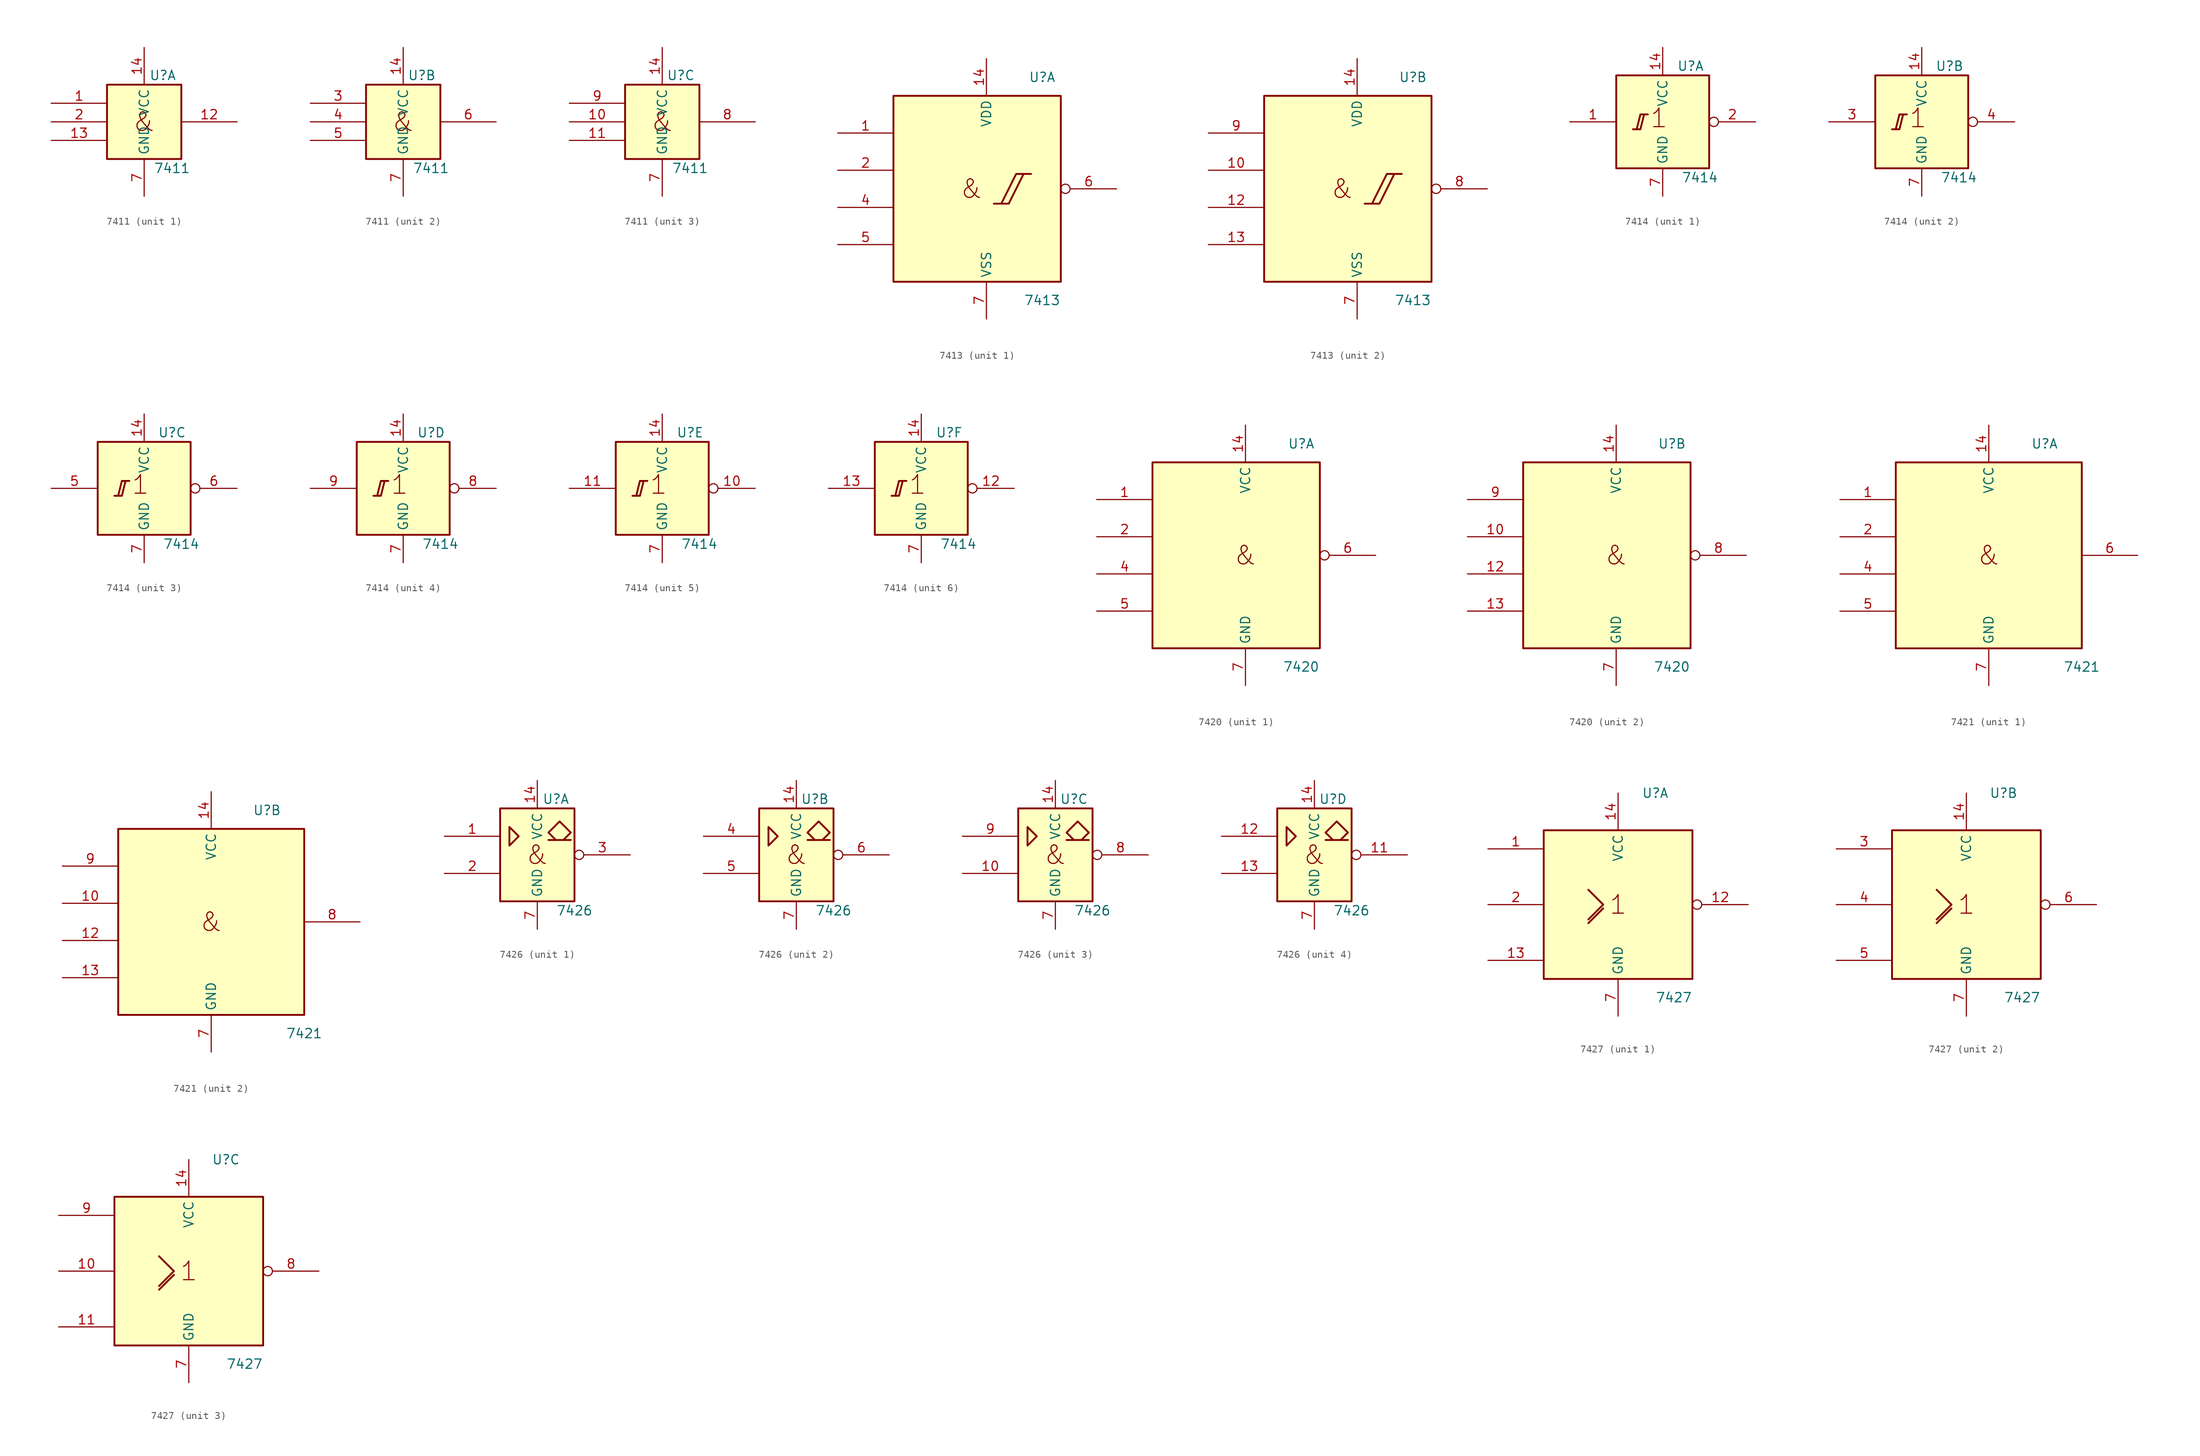
<source format=kicad_sym>
(kicad_symbol_lib
  (version 20241209)
  (generator "kicad_symbol_editor")
  (generator_version "9.0")
  (symbol "7411"
    (property "Reference" "U"
      (at 2.54 6.35 0)
      (effects (font (size 1.27 1.27))))
    (property "Value" "7411"
      (at 3.81 -6.35 0)
      (effects (font (size 1.27 1.27))))
    (symbol "7411_0_0"
      (text "&" (at 0 0 0) (effects (font (size 2.54 2.54)))))
    (symbol "7411_0_1"
      (rectangle (start -5.08 5.08) (end 5.08 -5.08) (stroke (width 0.254) (type default)) (fill (type background)))
      (pin power_in line (at 0 10.16 270) (length 5.08) (name "VCC" (effects (font (size 1.27 1.27)))) (number "14" (effects (font (size 1.27 1.27)))))
      (pin power_in line (at 0 -10.16 90) (length 5.08) (name "GND" (effects (font (size 1.27 1.27)))) (number "7" (effects (font (size 1.27 1.27))))))
    (symbol "7411_1_1"
      (pin input line (at -12.7 2.54 0) (length 7.62) (name "~" (effects (font (size 1.27 1.27)))) (number "1" (effects (font (size 1.27 1.27)))))
      (pin input line (at -12.7 0 0) (length 7.62) (name "~" (effects (font (size 1.27 1.27)))) (number "2" (effects (font (size 1.27 1.27)))))
      (pin input line (at -12.7 -2.54 0) (length 7.62) (name "~" (effects (font (size 1.27 1.27)))) (number "13" (effects (font (size 1.27 1.27)))))
      (pin output line (at 12.7 0 180) (length 7.62) (name "~" (effects (font (size 1.27 1.27)))) (number "12" (effects (font (size 1.27 1.27))))))
    (symbol "7411_2_1"
      (pin input line (at -12.7 2.54 0) (length 7.62) (name "~" (effects (font (size 1.27 1.27)))) (number "3" (effects (font (size 1.27 1.27)))))
      (pin input line (at -12.7 0 0) (length 7.62) (name "~" (effects (font (size 1.27 1.27)))) (number "4" (effects (font (size 1.27 1.27)))))
      (pin input line (at -12.7 -2.54 0) (length 7.62) (name "~" (effects (font (size 1.27 1.27)))) (number "5" (effects (font (size 1.27 1.27)))))
      (pin output line (at 12.7 0 180) (length 7.62) (name "~" (effects (font (size 1.27 1.27)))) (number "6" (effects (font (size 1.27 1.27))))))
    (symbol "7411_3_1"
      (pin input line (at -12.7 2.54 0) (length 7.62) (name "~" (effects (font (size 1.27 1.27)))) (number "9" (effects (font (size 1.27 1.27)))))
      (pin input line (at -12.7 0 0) (length 7.62) (name "~" (effects (font (size 1.27 1.27)))) (number "10" (effects (font (size 1.27 1.27)))))
      (pin input line (at -12.7 -2.54 0) (length 7.62) (name "~" (effects (font (size 1.27 1.27)))) (number "11" (effects (font (size 1.27 1.27)))))
      (pin output line (at 12.7 0 180) (length 7.62) (name "~" (effects (font (size 1.27 1.27)))) (number "8" (effects (font (size 1.27 1.27)))))))
  (symbol "7413"
    (property "Reference" "U"
      (at 7.62 15.24 0)
      (effects (font (size 1.27 1.27))))
    (property "Value" "7413"
      (at 7.62 -15.24 0)
      (effects (font (size 1.27 1.27))))
    (symbol "7413_0_0"
      (polyline (pts (xy 1.016 -2.032) (xy 3.048 -2.032) (xy 5.08 2.032) (xy 6.096 2.032) (xy 4.064 2.032) (xy 2.032 -2.032) (xy 2.032 -2.032)) (stroke (width 0.254) (type default)) (fill (type background)))
      (text "&" (at -2.032 0 0) (effects (font (size 2.54 2.54)))))
    (symbol "7413_0_1"
      (rectangle (start -12.7 12.7) (end 10.16 -12.7) (stroke (width 0.254) (type default)) (fill (type background)))
      (pin power_in line (at 0 17.78 270) (length 5.08) (name "VDD" (effects (font (size 1.27 1.27)))) (number "14" (effects (font (size 1.27 1.27)))))
      (pin power_in line (at 0 -17.78 90) (length 5.08) (name "VSS" (effects (font (size 1.27 1.27)))) (number "7" (effects (font (size 1.27 1.27))))))
    (symbol "7413_1_1"
      (pin input line (at -20.32 7.62 0) (length 7.62) (name "~" (effects (font (size 1.27 1.27)))) (number "1" (effects (font (size 1.27 1.27)))))
      (pin input line (at -20.32 2.54 0) (length 7.62) (name "~" (effects (font (size 1.27 1.27)))) (number "2" (effects (font (size 1.27 1.27)))))
      (pin input line (at -20.32 -2.54 0) (length 7.62) (name "~" (effects (font (size 1.27 1.27)))) (number "4" (effects (font (size 1.27 1.27)))))
      (pin input line (at -20.32 -7.62 0) (length 7.62) (name "~" (effects (font (size 1.27 1.27)))) (number "5" (effects (font (size 1.27 1.27)))))
      (pin output inverted (at 17.78 0 180) (length 7.62) (name "~" (effects (font (size 1.27 1.27)))) (number "6" (effects (font (size 1.27 1.27))))))
    (symbol "7413_2_1"
      (pin input line (at -20.32 7.62 0) (length 7.62) (name "~" (effects (font (size 1.27 1.27)))) (number "9" (effects (font (size 1.27 1.27)))))
      (pin input line (at -20.32 2.54 0) (length 7.62) (name "~" (effects (font (size 1.27 1.27)))) (number "10" (effects (font (size 1.27 1.27)))))
      (pin input line (at -20.32 -2.54 0) (length 7.62) (name "~" (effects (font (size 1.27 1.27)))) (number "12" (effects (font (size 1.27 1.27)))))
      (pin input line (at -20.32 -7.62 0) (length 7.62) (name "~" (effects (font (size 1.27 1.27)))) (number "13" (effects (font (size 1.27 1.27)))))
      (pin output inverted (at 17.78 0 180) (length 7.62) (name "~" (effects (font (size 1.27 1.27)))) (number "8" (effects (font (size 1.27 1.27)))))))
  (symbol "7414"
    (property "Reference" "U"
      (at 3.81 7.62 0)
      (effects (font (size 1.27 1.27))))
    (property "Value" "7414"
      (at 5.08 -7.62 0)
      (effects (font (size 1.27 1.27))))
    (symbol "7414_0_0"
      (polyline (pts (xy -4.064 -1.016) (xy -3.048 -1.016) (xy -2.54 1.016) (xy -2.032 1.016) (xy -3.048 1.016) (xy -3.556 -1.016) (xy -3.556 -1.016)) (stroke (width 0.254) (type default)) (fill (type background)))
      (text "1" (at -0.508 0.508 0) (effects (font (size 2.54 2.54)))))
    (symbol "7414_0_1"
      (rectangle (start -6.35 6.35) (end 6.35 -6.35) (stroke (width 0.254) (type default)) (fill (type background)))
      (pin power_in line (at 0 10.16 270) (length 3.81) (name "VCC" (effects (font (size 1.27 1.27)))) (number "14" (effects (font (size 1.27 1.27)))))
      (pin power_in line (at 0 -10.16 90) (length 3.81) (name "GND" (effects (font (size 1.27 1.27)))) (number "7" (effects (font (size 1.27 1.27))))))
    (symbol "7414_1_1"
      (pin input line (at -12.7 0 0) (length 6.35) (name "~" (effects (font (size 1.27 1.27)))) (number "1" (effects (font (size 1.27 1.27)))))
      (pin output inverted (at 12.7 0 180) (length 6.35) (name "~" (effects (font (size 1.27 1.27)))) (number "2" (effects (font (size 1.27 1.27))))))
    (symbol "7414_2_1"
      (pin input line (at -12.7 0 0) (length 6.35) (name "~" (effects (font (size 1.27 1.27)))) (number "3" (effects (font (size 1.27 1.27)))))
      (pin output inverted (at 12.7 0 180) (length 6.35) (name "~" (effects (font (size 1.27 1.27)))) (number "4" (effects (font (size 1.27 1.27))))))
    (symbol "7414_3_1"
      (pin input line (at -12.7 0 0) (length 6.35) (name "~" (effects (font (size 1.27 1.27)))) (number "5" (effects (font (size 1.27 1.27)))))
      (pin output inverted (at 12.7 0 180) (length 6.35) (name "~" (effects (font (size 1.27 1.27)))) (number "6" (effects (font (size 1.27 1.27))))))
    (symbol "7414_4_1"
      (pin input line (at -12.7 0 0) (length 6.35) (name "~" (effects (font (size 1.27 1.27)))) (number "9" (effects (font (size 1.27 1.27)))))
      (pin output inverted (at 12.7 0 180) (length 6.35) (name "~" (effects (font (size 1.27 1.27)))) (number "8" (effects (font (size 1.27 1.27))))))
    (symbol "7414_5_1"
      (pin input line (at -12.7 0 0) (length 6.35) (name "~" (effects (font (size 1.27 1.27)))) (number "11" (effects (font (size 1.27 1.27)))))
      (pin output inverted (at 12.7 0 180) (length 6.35) (name "~" (effects (font (size 1.27 1.27)))) (number "10" (effects (font (size 1.27 1.27))))))
    (symbol "7414_6_1"
      (pin input line (at -12.7 0 0) (length 6.35) (name "~" (effects (font (size 1.27 1.27)))) (number "13" (effects (font (size 1.27 1.27)))))
      (pin output inverted (at 12.7 0 180) (length 6.35) (name "~" (effects (font (size 1.27 1.27)))) (number "12" (effects (font (size 1.27 1.27)))))))
  (symbol "7420"
    (property "Reference" "U"
      (at 7.62 15.24 0)
      (effects (font (size 1.27 1.27))))
    (property "Value" "7420"
      (at 7.62 -15.24 0)
      (effects (font (size 1.27 1.27))))
    (symbol "7420_0_0"
      (text "&" (at 0 0 0) (effects (font (size 2.54 2.54)))))
    (symbol "7420_0_1"
      (rectangle (start -12.7 12.7) (end 10.16 -12.7) (stroke (width 0.254) (type default)) (fill (type background)))
      (pin power_in line (at 0 17.78 270) (length 5.08) (name "VCC" (effects (font (size 1.27 1.27)))) (number "14" (effects (font (size 1.27 1.27)))))
      (pin power_in line (at 0 -17.78 90) (length 5.08) (name "GND" (effects (font (size 1.27 1.27)))) (number "7" (effects (font (size 1.27 1.27))))))
    (symbol "7420_1_1"
      (pin input line (at -20.32 7.62 0) (length 7.62) (name "~" (effects (font (size 1.27 1.27)))) (number "1" (effects (font (size 1.27 1.27)))))
      (pin input line (at -20.32 2.54 0) (length 7.62) (name "~" (effects (font (size 1.27 1.27)))) (number "2" (effects (font (size 1.27 1.27)))))
      (pin input line (at -20.32 -2.54 0) (length 7.62) (name "~" (effects (font (size 1.27 1.27)))) (number "4" (effects (font (size 1.27 1.27)))))
      (pin input line (at -20.32 -7.62 0) (length 7.62) (name "~" (effects (font (size 1.27 1.27)))) (number "5" (effects (font (size 1.27 1.27)))))
      (pin output inverted (at 17.78 0 180) (length 7.62) (name "~" (effects (font (size 1.27 1.27)))) (number "6" (effects (font (size 1.27 1.27))))))
    (symbol "7420_2_1"
      (pin input line (at -20.32 7.62 0) (length 7.62) (name "~" (effects (font (size 1.27 1.27)))) (number "9" (effects (font (size 1.27 1.27)))))
      (pin input line (at -20.32 2.54 0) (length 7.62) (name "~" (effects (font (size 1.27 1.27)))) (number "10" (effects (font (size 1.27 1.27)))))
      (pin input line (at -20.32 -2.54 0) (length 7.62) (name "~" (effects (font (size 1.27 1.27)))) (number "12" (effects (font (size 1.27 1.27)))))
      (pin input line (at -20.32 -7.62 0) (length 7.62) (name "~" (effects (font (size 1.27 1.27)))) (number "13" (effects (font (size 1.27 1.27)))))
      (pin output inverted (at 17.78 0 180) (length 7.62) (name "~" (effects (font (size 1.27 1.27)))) (number "8" (effects (font (size 1.27 1.27)))))))
  (symbol "7421"
    (property "Reference" "U"
      (at 7.62 15.24 0)
      (effects (font (size 1.27 1.27))))
    (property "Value" "7421"
      (at 12.7 -15.24 0)
      (effects (font (size 1.27 1.27))))
    (symbol "7421_0_0"
      (text "&" (at 0 0 0) (effects (font (size 2.54 2.54)))))
    (symbol "7421_0_1"
      (rectangle (start -12.7 12.7) (end 12.7 -12.7) (stroke (width 0.254) (type default)) (fill (type background)))
      (pin power_in line (at 0 17.78 270) (length 5.08) (name "VCC" (effects (font (size 1.27 1.27)))) (number "14" (effects (font (size 1.27 1.27)))))
      (pin power_in line (at 0 -17.78 90) (length 5.08) (name "GND" (effects (font (size 1.27 1.27)))) (number "7" (effects (font (size 1.27 1.27))))))
    (symbol "7421_1_1"
      (pin input line (at -20.32 7.62 0) (length 7.62) (name "~" (effects (font (size 1.27 1.27)))) (number "1" (effects (font (size 1.27 1.27)))))
      (pin input line (at -20.32 2.54 0) (length 7.62) (name "~" (effects (font (size 1.27 1.27)))) (number "2" (effects (font (size 1.27 1.27)))))
      (pin input line (at -20.32 -2.54 0) (length 7.62) (name "~" (effects (font (size 1.27 1.27)))) (number "4" (effects (font (size 1.27 1.27)))))
      (pin input line (at -20.32 -7.62 0) (length 7.62) (name "~" (effects (font (size 1.27 1.27)))) (number "5" (effects (font (size 1.27 1.27)))))
      (pin output line (at 20.32 0 180) (length 7.62) (name "~" (effects (font (size 1.27 1.27)))) (number "6" (effects (font (size 1.27 1.27))))))
    (symbol "7421_2_1"
      (pin input line (at -20.32 7.62 0) (length 7.62) (name "~" (effects (font (size 1.27 1.27)))) (number "9" (effects (font (size 1.27 1.27)))))
      (pin input line (at -20.32 2.54 0) (length 7.62) (name "~" (effects (font (size 1.27 1.27)))) (number "10" (effects (font (size 1.27 1.27)))))
      (pin input line (at -20.32 -2.54 0) (length 7.62) (name "~" (effects (font (size 1.27 1.27)))) (number "12" (effects (font (size 1.27 1.27)))))
      (pin input line (at -20.32 -7.62 0) (length 7.62) (name "~" (effects (font (size 1.27 1.27)))) (number "13" (effects (font (size 1.27 1.27)))))
      (pin output line (at 20.32 0 180) (length 7.62) (name "~" (effects (font (size 1.27 1.27)))) (number "8" (effects (font (size 1.27 1.27)))))))
  (symbol "7426"
    (property "Reference" "U"
      (at 2.54 7.62 0)
      (effects (font (size 1.27 1.27))))
    (property "Value" "7426"
      (at 5.08 -7.62 0)
      (effects (font (size 1.27 1.27))))
    (symbol "7426_0_0"
      (polyline (pts (xy -3.81 3.81) (xy -3.81 1.27) (xy -2.54 2.54) (xy -3.81 3.81) (xy -3.81 3.81)) (stroke (width 0.254) (type default)) (fill (type background)))
      (polyline (pts (xy 2.54 2.032) (xy 1.524 3.048) (xy 3.048 4.572) (xy 4.572 3.048) (xy 3.556 2.032) (xy 4.572 2.032) (xy 1.524 2.032) (xy 1.524 2.032)) (stroke (width 0.254) (type default)) (fill (type background)))
      (text "&" (at 0 0 0) (effects (font (size 2.54 2.54))))
      (pin power_in line (at 0 10.16 270) (length 3.81) (name "VCC" (effects (font (size 1.27 1.27)))) (number "14" (effects (font (size 1.27 1.27))))))
    (symbol "7426_0_1"
      (rectangle (start -5.08 6.35) (end 5.08 -6.35) (stroke (width 0.254) (type default)) (fill (type background)))
      (pin power_in line (at 0 -10.16 90) (length 3.81) (name "GND" (effects (font (size 1.27 1.27)))) (number "7" (effects (font (size 1.27 1.27))))))
    (symbol "7426_1_1"
      (pin input line (at -12.7 2.54 0) (length 7.62) (name "~" (effects (font (size 1.27 1.27)))) (number "1" (effects (font (size 1.27 1.27)))))
      (pin input line (at -12.7 -2.54 0) (length 7.62) (name "~" (effects (font (size 1.27 1.27)))) (number "2" (effects (font (size 1.27 1.27)))))
      (pin open_collector inverted (at 12.7 0 180) (length 7.62) (name "~" (effects (font (size 1.27 1.27)))) (number "3" (effects (font (size 1.27 1.27))))))
    (symbol "7426_2_1"
      (pin input line (at -12.7 2.54 0) (length 7.62) (name "~" (effects (font (size 1.27 1.27)))) (number "4" (effects (font (size 1.27 1.27)))))
      (pin input line (at -12.7 -2.54 0) (length 7.62) (name "~" (effects (font (size 1.27 1.27)))) (number "5" (effects (font (size 1.27 1.27)))))
      (pin open_collector inverted (at 12.7 0 180) (length 7.62) (name "~" (effects (font (size 1.27 1.27)))) (number "6" (effects (font (size 1.27 1.27))))))
    (symbol "7426_3_1"
      (pin input line (at -12.7 2.54 0) (length 7.62) (name "~" (effects (font (size 1.27 1.27)))) (number "9" (effects (font (size 1.27 1.27)))))
      (pin input line (at -12.7 -2.54 0) (length 7.62) (name "~" (effects (font (size 1.27 1.27)))) (number "10" (effects (font (size 1.27 1.27)))))
      (pin open_collector inverted (at 12.7 0 180) (length 7.62) (name "~" (effects (font (size 1.27 1.27)))) (number "8" (effects (font (size 1.27 1.27))))))
    (symbol "7426_4_1"
      (pin input line (at -12.7 2.54 0) (length 7.62) (name "~" (effects (font (size 1.27 1.27)))) (number "12" (effects (font (size 1.27 1.27)))))
      (pin input line (at -12.7 -2.54 0) (length 7.62) (name "~" (effects (font (size 1.27 1.27)))) (number "13" (effects (font (size 1.27 1.27)))))
      (pin open_collector inverted (at 12.7 0 180) (length 7.62) (name "~" (effects (font (size 1.27 1.27)))) (number "11" (effects (font (size 1.27 1.27)))))))
  (symbol "7427"
    (property "Reference" "U"
      (at 5.08 15.24 0)
      (effects (font (size 1.27 1.27))))
    (property "Value" "7427"
      (at 7.62 -12.7 0)
      (effects (font (size 1.27 1.27))))
    (symbol "7427_0_0"
      (polyline (pts (xy -4.064 2.032) (xy -2.032 0) (xy -4.064 -2.032) (xy -4.064 -2.032)) (stroke (width 0.254) (type default)) (fill (type background)))
      (polyline (pts (xy -4.064 -2.54) (xy -2.032 -0.508) (xy -2.032 -0.508)) (stroke (width 0.254) (type default)) (fill (type background)))
      (text "1" (at 0 0 0) (effects (font (size 2.54 2.54)))))
    (symbol "7427_0_1"
      (rectangle (start -10.16 10.16) (end 10.16 -10.16) (stroke (width 0.254) (type default)) (fill (type background)))
      (pin power_in line (at 0 15.24 270) (length 5.08) (name "VCC" (effects (font (size 1.27 1.27)))) (number "14" (effects (font (size 1.27 1.27)))))
      (pin power_in line (at 0 -15.24 90) (length 5.08) (name "GND" (effects (font (size 1.27 1.27)))) (number "7" (effects (font (size 1.27 1.27))))))
    (symbol "7427_1_1"
      (pin input line (at -17.78 7.62 0) (length 7.62) (name "~" (effects (font (size 1.27 1.27)))) (number "1" (effects (font (size 1.27 1.27)))))
      (pin input line (at -17.78 0 0) (length 7.62) (name "~" (effects (font (size 1.27 1.27)))) (number "2" (effects (font (size 1.27 1.27)))))
      (pin input line (at -17.78 -7.62 0) (length 7.62) (name "~" (effects (font (size 1.27 1.27)))) (number "13" (effects (font (size 1.27 1.27)))))
      (pin output inverted (at 17.78 0 180) (length 7.62) (name "~" (effects (font (size 1.27 1.27)))) (number "12" (effects (font (size 1.27 1.27))))))
    (symbol "7427_2_1"
      (pin input line (at -17.78 7.62 0) (length 7.62) (name "~" (effects (font (size 1.27 1.27)))) (number "3" (effects (font (size 1.27 1.27)))))
      (pin input line (at -17.78 0 0) (length 7.62) (name "~" (effects (font (size 1.27 1.27)))) (number "4" (effects (font (size 1.27 1.27)))))
      (pin input line (at -17.78 -7.62 0) (length 7.62) (name "~" (effects (font (size 1.27 1.27)))) (number "5" (effects (font (size 1.27 1.27)))))
      (pin output inverted (at 17.78 0 180) (length 7.62) (name "~" (effects (font (size 1.27 1.27)))) (number "6" (effects (font (size 1.27 1.27))))))
    (symbol "7427_3_1"
      (pin input line (at -17.78 7.62 0) (length 7.62) (name "~" (effects (font (size 1.27 1.27)))) (number "9" (effects (font (size 1.27 1.27)))))
      (pin input line (at -17.78 0 0) (length 7.62) (name "~" (effects (font (size 1.27 1.27)))) (number "10" (effects (font (size 1.27 1.27)))))
      (pin input line (at -17.78 -7.62 0) (length 7.62) (name "~" (effects (font (size 1.27 1.27)))) (number "11" (effects (font (size 1.27 1.27)))))
      (pin output inverted (at 17.78 0 180) (length 7.62) (name "~" (effects (font (size 1.27 1.27)))) (number "8" (effects (font (size 1.27 1.27))))))))
</source>
